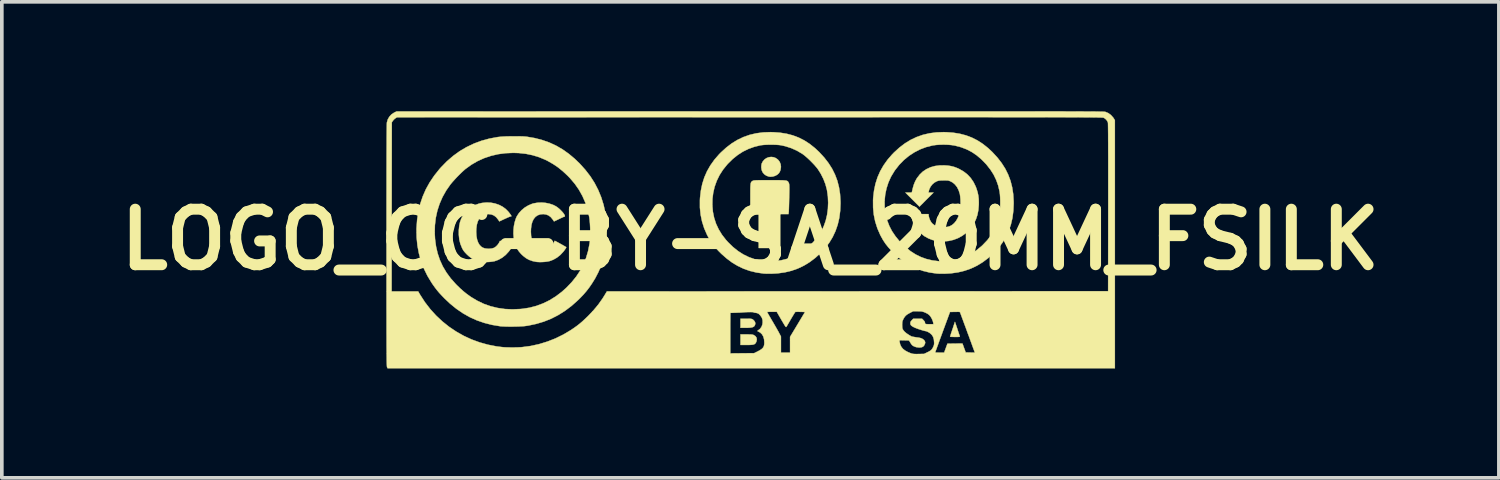
<source format=kicad_pcb>
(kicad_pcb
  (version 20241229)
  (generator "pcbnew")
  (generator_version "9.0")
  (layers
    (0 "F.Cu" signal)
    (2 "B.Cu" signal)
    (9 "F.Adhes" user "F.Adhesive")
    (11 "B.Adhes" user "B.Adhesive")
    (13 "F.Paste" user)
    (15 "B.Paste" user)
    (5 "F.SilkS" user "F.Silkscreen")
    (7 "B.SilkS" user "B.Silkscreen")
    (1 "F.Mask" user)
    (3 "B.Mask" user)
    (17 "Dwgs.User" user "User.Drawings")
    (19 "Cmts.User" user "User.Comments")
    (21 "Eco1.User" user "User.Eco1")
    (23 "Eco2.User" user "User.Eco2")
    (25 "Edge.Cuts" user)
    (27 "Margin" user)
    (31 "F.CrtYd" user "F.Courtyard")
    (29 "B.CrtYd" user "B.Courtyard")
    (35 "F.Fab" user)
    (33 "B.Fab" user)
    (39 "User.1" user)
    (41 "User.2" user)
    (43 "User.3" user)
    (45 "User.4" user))
  (footprint "LOGO_CC-BY-SA_20MM_FSILK"
    (layer "F.Cu")
    (at 17.533 3.523)
    (property "Reference" "LOGO_CC-BY-SA_20MM_FSILK" (at 0 0 0) (layer "F.SilkS") (effects (font (size 1.524 1.524) (thickness 0.3))))
    (attr through_hole)
    (fp_poly (pts (xy -0.107 2.6) (xy -0.044 2.601) (xy 0.003 2.602) (xy 0.038 2.604) (xy 0.064 2.608) (xy 0.084 2.614) (xy 0.097 2.62) (xy 0.141 2.649) (xy 0.168 2.688) (xy 0.178 2.735) (xy 0.17 2.787) (xy 0.157 2.818) (xy 0.143 2.842) (xy 0.126 2.859) (xy 0.104 2.872) (xy 0.073 2.881) (xy 0.031 2.886) (xy -0.026 2.889) (xy -0.099 2.89) (xy -0.107 2.89) (xy -0.27 2.89) (xy -0.27 2.6) (xy -0.107 2.6)) (stroke (width 0.01) (type solid)) (fill yes) (layer "F.SilkS"))
    (fp_poly (pts (xy -0.057 2.17) (xy -0.014 2.171) (xy 0.016 2.173) (xy 0.037 2.177) (xy 0.053 2.182) (xy 0.067 2.19) (xy 0.071 2.193) (xy 0.098 2.217) (xy 0.121 2.248) (xy 0.124 2.254) (xy 0.135 2.283) (xy 0.137 2.307) (xy 0.131 2.329) (xy 0.12 2.358) (xy 0.102 2.381) (xy 0.077 2.397) (xy 0.041 2.408) (xy -0.008 2.415) (xy -0.073 2.419) (xy -0.138 2.42) (xy -0.27 2.42) (xy -0.27 2.17) (xy -0.116 2.17) (xy -0.057 2.17)) (stroke (width 0.01) (type solid)) (fill yes) (layer "F.SilkS"))
    (fp_poly (pts (xy 5.677 2.445) (xy 5.696 2.504) (xy 5.714 2.558) (xy 5.729 2.602) (xy 5.74 2.634) (xy 5.745 2.651) (xy 5.746 2.652) (xy 5.747 2.66) (xy 5.742 2.664) (xy 5.728 2.667) (xy 5.703 2.669) (xy 5.663 2.67) (xy 5.616 2.67) (xy 5.566 2.669) (xy 5.525 2.668) (xy 5.495 2.666) (xy 5.481 2.663) (xy 5.48 2.663) (xy 5.483 2.651) (xy 5.492 2.624) (xy 5.504 2.583) (xy 5.521 2.532) (xy 5.54 2.474) (xy 5.547 2.455) (xy 5.613 2.255) (xy 5.677 2.445)) (stroke (width 0.01) (type solid)) (fill yes) (layer "F.SilkS"))
    (fp_poly (pts (xy 0.636 -2.261) (xy 0.698 -2.237) (xy 0.754 -2.197) (xy 0.759 -2.192) (xy 0.805 -2.133) (xy 0.831 -2.067) (xy 0.84 -1.995) (xy 0.829 -1.919) (xy 0.825 -1.904) (xy 0.81 -1.866) (xy 0.788 -1.829) (xy 0.78 -1.818) (xy 0.736 -1.779) (xy 0.679 -1.749) (xy 0.616 -1.73) (xy 0.552 -1.724) (xy 0.51 -1.729) (xy 0.439 -1.754) (xy 0.382 -1.794) (xy 0.338 -1.846) (xy 0.311 -1.909) (xy 0.301 -1.981) (xy 0.301 -1.99) (xy 0.303 -2.03) (xy 0.308 -2.066) (xy 0.313 -2.087) (xy 0.346 -2.15) (xy 0.391 -2.2) (xy 0.446 -2.237) (xy 0.507 -2.26) (xy 0.571 -2.268) (xy 0.636 -2.261)) (stroke (width 0.01) (type solid)) (fill yes) (layer "F.SilkS"))
    (fp_poly (pts (xy 0.646 -1.63) (xy 0.738 -1.63) (xy 0.814 -1.629) (xy 0.876 -1.628) (xy 0.924 -1.625) (xy 0.961 -1.622) (xy 0.989 -1.617) (xy 1.01 -1.61) (xy 1.025 -1.601) (xy 1.035 -1.59) (xy 1.044 -1.577) (xy 1.052 -1.56) (xy 1.055 -1.554) (xy 1.06 -1.543) (xy 1.063 -1.53) (xy 1.066 -1.513) (xy 1.068 -1.491) (xy 1.069 -1.461) (xy 1.07 -1.42) (xy 1.07 -1.367) (xy 1.069 -1.3) (xy 1.067 -1.216) (xy 1.066 -1.16) (xy 1.064 -1.075) (xy 1.062 -0.995) (xy 1.06 -0.921) (xy 1.058 -0.857) (xy 1.056 -0.806) (xy 1.055 -0.769) (xy 1.053 -0.752) (xy 1.047 -0.7) (xy 0.82 -0.7) (xy 0.82 0.23) (xy 0.23 0.23) (xy 0.23 -0.7) (xy 0 -0.7) (xy 0 -1.115) (xy 0.000032 -1.223) (xy 0.000288 -1.312) (xy 0.001 -1.385) (xy 0.002 -1.443) (xy 0.005 -1.489) (xy 0.008 -1.524) (xy 0.013 -1.55) (xy 0.02 -1.57) (xy 0.028 -1.584) (xy 0.039 -1.594) (xy 0.051 -1.603) (xy 0.063 -1.61) (xy 0.071 -1.615) (xy 0.081 -1.619) (xy 0.095 -1.622) (xy 0.113 -1.625) (xy 0.139 -1.626) (xy 0.174 -1.628) (xy 0.219 -1.629) (xy 0.277 -1.629) (xy 0.35 -1.63) (xy 0.439 -1.63) (xy 0.535 -1.63) (xy 0.646 -1.63)) (stroke (width 0.01) (type solid)) (fill yes) (layer "F.SilkS"))
    (fp_poly (pts (xy -7.121 -1.013) (xy -7.007 -0.992) (xy -6.898 -0.955) (xy -6.798 -0.904) (xy -6.709 -0.839) (xy -6.637 -0.765) (xy -6.61 -0.731) (xy -6.586 -0.699) (xy -6.57 -0.675) (xy -6.568 -0.672) (xy -6.551 -0.643) (xy -6.593 -0.631) (xy -6.618 -0.622) (xy -6.656 -0.606) (xy -6.702 -0.585) (xy -6.751 -0.563) (xy -6.759 -0.559) (xy -6.804 -0.538) (xy -6.842 -0.52) (xy -6.87 -0.507) (xy -6.884 -0.5) (xy -6.885 -0.5) (xy -6.891 -0.508) (xy -6.904 -0.528) (xy -6.919 -0.55) (xy -6.971 -0.614) (xy -7.031 -0.661) (xy -7.1 -0.689) (xy -7.178 -0.7) (xy -7.185 -0.7) (xy -7.266 -0.692) (xy -7.336 -0.666) (xy -7.394 -0.625) (xy -7.442 -0.567) (xy -7.479 -0.493) (xy -7.504 -0.403) (xy -7.517 -0.298) (xy -7.52 -0.218) (xy -7.514 -0.103) (xy -7.496 -0.004) (xy -7.467 0.079) (xy -7.427 0.147) (xy -7.376 0.198) (xy -7.338 0.221) (xy -7.285 0.24) (xy -7.221 0.249) (xy -7.153 0.25) (xy -7.088 0.243) (xy -7.032 0.226) (xy -7.023 0.221) (xy -6.979 0.191) (xy -6.936 0.148) (xy -6.9 0.098) (xy -6.889 0.078) (xy -6.876 0.052) (xy -6.867 0.035) (xy -6.865 0.032) (xy -6.856 0.036) (xy -6.833 0.048) (xy -6.8 0.066) (xy -6.759 0.088) (xy -6.714 0.113) (xy -6.669 0.138) (xy -6.627 0.162) (xy -6.591 0.182) (xy -6.565 0.198) (xy -6.551 0.206) (xy -6.551 0.207) (xy -6.552 0.218) (xy -6.565 0.243) (xy -6.591 0.28) (xy -6.626 0.327) (xy -6.711 0.419) (xy -6.805 0.494) (xy -6.908 0.552) (xy -7.01 0.59) (xy -7.066 0.601) (xy -7.134 0.61) (xy -7.208 0.615) (xy -7.281 0.616) (xy -7.345 0.613) (xy -7.372 0.61) (xy -7.476 0.588) (xy -7.567 0.556) (xy -7.649 0.511) (xy -7.727 0.451) (xy -7.776 0.406) (xy -7.819 0.361) (xy -7.851 0.324) (xy -7.876 0.289) (xy -7.898 0.25) (xy -7.908 0.23) (xy -7.954 0.117) (xy -7.984 -0.004) (xy -7.997 -0.133) (xy -7.997 -0.26) (xy -7.985 -0.379) (xy -7.963 -0.483) (xy -7.93 -0.576) (xy -7.883 -0.66) (xy -7.822 -0.738) (xy -7.791 -0.77) (xy -7.706 -0.848) (xy -7.623 -0.909) (xy -7.537 -0.954) (xy -7.444 -0.987) (xy -7.359 -1.006) (xy -7.24 -1.018) (xy -7.121 -1.013)) (stroke (width 0.01) (type solid)) (fill yes) (layer "F.SilkS"))
    (fp_poly (pts (xy -5.618 -1.008) (xy -5.51 -0.986) (xy -5.409 -0.952) (xy -5.332 -0.913) (xy -5.289 -0.883) (xy -5.246 -0.849) (xy -5.205 -0.81) (xy -5.167 -0.771) (xy -5.134 -0.733) (xy -5.109 -0.697) (xy -5.092 -0.667) (xy -5.087 -0.645) (xy -5.093 -0.632) (xy -5.103 -0.63) (xy -5.116 -0.626) (xy -5.143 -0.614) (xy -5.181 -0.597) (xy -5.227 -0.575) (xy -5.249 -0.565) (xy -5.295 -0.542) (xy -5.335 -0.523) (xy -5.365 -0.509) (xy -5.382 -0.501) (xy -5.384 -0.5) (xy -5.391 -0.508) (xy -5.404 -0.528) (xy -5.419 -0.55) (xy -5.471 -0.614) (xy -5.531 -0.661) (xy -5.6 -0.689) (xy -5.678 -0.7) (xy -5.685 -0.7) (xy -5.766 -0.692) (xy -5.836 -0.666) (xy -5.894 -0.625) (xy -5.942 -0.567) (xy -5.979 -0.493) (xy -6.004 -0.403) (xy -6.017 -0.298) (xy -6.02 -0.218) (xy -6.014 -0.103) (xy -5.996 -0.004) (xy -5.967 0.079) (xy -5.927 0.147) (xy -5.876 0.198) (xy -5.838 0.221) (xy -5.785 0.24) (xy -5.721 0.249) (xy -5.653 0.25) (xy -5.588 0.243) (xy -5.532 0.226) (xy -5.523 0.221) (xy -5.479 0.191) (xy -5.436 0.148) (xy -5.4 0.098) (xy -5.389 0.078) (xy -5.376 0.052) (xy -5.367 0.035) (xy -5.365 0.032) (xy -5.356 0.036) (xy -5.333 0.048) (xy -5.3 0.066) (xy -5.259 0.088) (xy -5.214 0.113) (xy -5.169 0.138) (xy -5.127 0.162) (xy -5.091 0.182) (xy -5.065 0.198) (xy -5.051 0.206) (xy -5.051 0.207) (xy -5.052 0.218) (xy -5.065 0.243) (xy -5.091 0.28) (xy -5.126 0.327) (xy -5.211 0.419) (xy -5.305 0.494) (xy -5.408 0.552) (xy -5.51 0.59) (xy -5.566 0.601) (xy -5.634 0.61) (xy -5.708 0.615) (xy -5.781 0.616) (xy -5.845 0.613) (xy -5.872 0.61) (xy -5.976 0.588) (xy -6.067 0.556) (xy -6.149 0.511) (xy -6.227 0.451) (xy -6.276 0.406) (xy -6.34 0.335) (xy -6.391 0.263) (xy -6.431 0.186) (xy -6.46 0.099) (xy -6.482 -0.001) (xy -6.491 -0.059) (xy -6.499 -0.162) (xy -6.496 -0.271) (xy -6.484 -0.38) (xy -6.462 -0.484) (xy -6.432 -0.578) (xy -6.405 -0.639) (xy -6.347 -0.728) (xy -6.273 -0.809) (xy -6.187 -0.88) (xy -6.09 -0.938) (xy -5.986 -0.982) (xy -5.944 -0.994) (xy -5.84 -1.012) (xy -5.73 -1.017) (xy -5.618 -1.008)) (stroke (width 0.01) (type solid)) (fill yes) (layer "F.SilkS"))
    (fp_poly (pts (xy 5.421 -2.03) (xy 5.509 -2.016) (xy 5.59 -1.995) (xy 5.672 -1.964) (xy 5.735 -1.935) (xy 5.854 -1.866) (xy 5.958 -1.784) (xy 6.047 -1.688) (xy 6.122 -1.578) (xy 6.183 -1.454) (xy 6.206 -1.392) (xy 6.235 -1.297) (xy 6.254 -1.208) (xy 6.265 -1.117) (xy 6.268 -1.018) (xy 6.267 -0.955) (xy 6.255 -0.81) (xy 6.229 -0.678) (xy 6.188 -0.555) (xy 6.132 -0.44) (xy 6.098 -0.384) (xy 6.015 -0.276) (xy 5.92 -0.183) (xy 5.812 -0.104) (xy 5.695 -0.04) (xy 5.57 0.007) (xy 5.438 0.037) (xy 5.301 0.05) (xy 5.161 0.044) (xy 5.125 0.039) (xy 5.001 0.011) (xy 4.884 -0.034) (xy 4.775 -0.095) (xy 4.677 -0.171) (xy 4.592 -0.261) (xy 4.525 -0.358) (xy 4.495 -0.416) (xy 4.466 -0.485) (xy 4.44 -0.558) (xy 4.422 -0.625) (xy 4.415 -0.657) (xy 4.408 -0.7) (xy 4.888 -0.7) (xy 4.894 -0.646) (xy 4.907 -0.591) (xy 4.931 -0.532) (xy 4.962 -0.478) (xy 4.991 -0.442) (xy 5.051 -0.396) (xy 5.125 -0.363) (xy 5.213 -0.345) (xy 5.316 -0.341) (xy 5.332 -0.342) (xy 5.411 -0.35) (xy 5.477 -0.37) (xy 5.535 -0.402) (xy 5.592 -0.45) (xy 5.595 -0.454) (xy 5.644 -0.513) (xy 5.687 -0.587) (xy 5.723 -0.669) (xy 5.747 -0.749) (xy 5.756 -0.802) (xy 5.762 -0.87) (xy 5.766 -0.947) (xy 5.766 -1.027) (xy 5.764 -1.106) (xy 5.758 -1.178) (xy 5.75 -1.237) (xy 5.747 -1.253) (xy 5.715 -1.353) (xy 5.671 -1.44) (xy 5.615 -1.512) (xy 5.548 -1.568) (xy 5.502 -1.593) (xy 5.474 -1.606) (xy 5.45 -1.615) (xy 5.426 -1.621) (xy 5.397 -1.624) (xy 5.358 -1.625) (xy 5.305 -1.625) (xy 5.248 -1.624) (xy 5.206 -1.622) (xy 5.174 -1.618) (xy 5.147 -1.612) (xy 5.119 -1.602) (xy 5.115 -1.601) (xy 5.047 -1.563) (xy 4.988 -1.511) (xy 4.94 -1.446) (xy 4.906 -1.373) (xy 4.895 -1.327) (xy 4.888 -1.29) (xy 5.025 -1.29) (xy 4.832 -1.098) (xy 4.64 -0.905) (xy 4.255 -1.29) (xy 4.342 -1.29) (xy 4.384 -1.29) (xy 4.411 -1.292) (xy 4.425 -1.296) (xy 4.432 -1.303) (xy 4.434 -1.312) (xy 4.459 -1.419) (xy 4.486 -1.51) (xy 4.518 -1.589) (xy 4.555 -1.659) (xy 4.572 -1.687) (xy 4.648 -1.786) (xy 4.735 -1.869) (xy 4.834 -1.935) (xy 4.944 -1.985) (xy 5.065 -2.019) (xy 5.197 -2.036) (xy 5.32 -2.037) (xy 5.421 -2.03)) (stroke (width 0.01) (type solid)) (fill yes) (layer "F.SilkS"))
    (fp_poly (pts (xy 5.37 -2.947) (xy 5.564 -2.933) (xy 5.746 -2.904) (xy 5.917 -2.859) (xy 6.078 -2.798) (xy 6.232 -2.72) (xy 6.38 -2.624) (xy 6.523 -2.51) (xy 6.641 -2.399) (xy 6.778 -2.25) (xy 6.895 -2.099) (xy 6.994 -1.943) (xy 7.074 -1.781) (xy 7.137 -1.613) (xy 7.182 -1.436) (xy 7.211 -1.25) (xy 7.223 -1.054) (xy 7.224 -0.995) (xy 7.215 -0.79) (xy 7.19 -0.595) (xy 7.147 -0.411) (xy 7.086 -0.235) (xy 7.008 -0.069) (xy 6.913 0.088) (xy 6.799 0.237) (xy 6.679 0.367) (xy 6.531 0.502) (xy 6.378 0.617) (xy 6.219 0.714) (xy 6.053 0.793) (xy 5.879 0.854) (xy 5.697 0.898) (xy 5.504 0.925) (xy 5.345 0.934) (xy 5.283 0.935) (xy 5.219 0.935) (xy 5.159 0.933) (xy 5.112 0.93) (xy 5.105 0.929) (xy 4.917 0.902) (xy 4.739 0.859) (xy 4.57 0.8) (xy 4.409 0.724) (xy 4.253 0.631) (xy 4.103 0.519) (xy 3.955 0.389) (xy 3.875 0.309) (xy 3.783 0.208) (xy 3.705 0.109) (xy 3.637 0.005) (xy 3.574 -0.109) (xy 3.561 -0.135) (xy 3.484 -0.312) (xy 3.426 -0.495) (xy 3.387 -0.683) (xy 3.368 -0.878) (xy 3.367 -1.064) (xy 3.683 -1.064) (xy 3.685 -0.892) (xy 3.707 -0.721) (xy 3.747 -0.551) (xy 3.755 -0.525) (xy 3.812 -0.376) (xy 3.886 -0.233) (xy 3.979 -0.095) (xy 4.089 0.04) (xy 4.135 0.089) (xy 4.266 0.214) (xy 4.399 0.32) (xy 4.537 0.408) (xy 4.68 0.478) (xy 4.83 0.532) (xy 4.99 0.57) (xy 5.162 0.592) (xy 5.255 0.598) (xy 5.277 0.598) (xy 5.313 0.596) (xy 5.359 0.593) (xy 5.405 0.589) (xy 5.582 0.565) (xy 5.75 0.523) (xy 5.91 0.464) (xy 6.061 0.387) (xy 6.206 0.291) (xy 6.345 0.176) (xy 6.377 0.146) (xy 6.501 0.016) (xy 6.606 -0.122) (xy 6.693 -0.269) (xy 6.762 -0.425) (xy 6.815 -0.591) (xy 6.832 -0.66) (xy 6.842 -0.722) (xy 6.849 -0.799) (xy 6.854 -0.886) (xy 6.856 -0.979) (xy 6.856 -1.073) (xy 6.853 -1.163) (xy 6.847 -1.245) (xy 6.838 -1.313) (xy 6.836 -1.325) (xy 6.798 -1.487) (xy 6.744 -1.638) (xy 6.675 -1.781) (xy 6.587 -1.919) (xy 6.482 -2.053) (xy 6.463 -2.075) (xy 6.338 -2.203) (xy 6.21 -2.312) (xy 6.075 -2.403) (xy 5.932 -2.477) (xy 5.78 -2.535) (xy 5.617 -2.578) (xy 5.597 -2.582) (xy 5.511 -2.595) (xy 5.413 -2.603) (xy 5.307 -2.606) (xy 5.2 -2.604) (xy 5.099 -2.597) (xy 5.01 -2.585) (xy 4.995 -2.582) (xy 4.821 -2.538) (xy 4.655 -2.475) (xy 4.498 -2.394) (xy 4.35 -2.297) (xy 4.212 -2.183) (xy 4.086 -2.054) (xy 3.972 -1.909) (xy 3.949 -1.875) (xy 3.859 -1.726) (xy 3.788 -1.568) (xy 3.735 -1.404) (xy 3.7 -1.236) (xy 3.683 -1.064) (xy 3.367 -1.064) (xy 3.367 -1.079) (xy 3.37 -1.144) (xy 3.393 -1.341) (xy 3.432 -1.529) (xy 3.488 -1.706) (xy 3.562 -1.875) (xy 3.654 -2.036) (xy 3.764 -2.191) (xy 3.893 -2.34) (xy 3.942 -2.39) (xy 4.089 -2.524) (xy 4.241 -2.64) (xy 4.398 -2.736) (xy 4.562 -2.814) (xy 4.733 -2.874) (xy 4.912 -2.916) (xy 5.101 -2.941) (xy 5.299 -2.948) (xy 5.37 -2.947)) (stroke (width 0.01) (type solid)) (fill yes) (layer "F.SilkS"))
    (fp_poly (pts (xy 0.62 -2.947) (xy 0.814 -2.933) (xy 0.996 -2.904) (xy 1.167 -2.859) (xy 1.328 -2.798) (xy 1.482 -2.72) (xy 1.63 -2.624) (xy 1.773 -2.51) (xy 1.891 -2.399) (xy 2.028 -2.25) (xy 2.145 -2.099) (xy 2.244 -1.943) (xy 2.324 -1.781) (xy 2.387 -1.613) (xy 2.432 -1.436) (xy 2.461 -1.25) (xy 2.473 -1.054) (xy 2.474 -0.995) (xy 2.465 -0.79) (xy 2.44 -0.595) (xy 2.397 -0.411) (xy 2.336 -0.235) (xy 2.258 -0.069) (xy 2.163 0.088) (xy 2.049 0.237) (xy 1.929 0.367) (xy 1.781 0.502) (xy 1.628 0.617) (xy 1.469 0.714) (xy 1.303 0.793) (xy 1.129 0.854) (xy 0.947 0.898) (xy 0.754 0.925) (xy 0.595 0.934) (xy 0.533 0.935) (xy 0.469 0.935) (xy 0.409 0.933) (xy 0.362 0.93) (xy 0.355 0.929) (xy 0.167 0.902) (xy -0.011 0.859) (xy -0.18 0.8) (xy -0.341 0.724) (xy -0.497 0.631) (xy -0.647 0.519) (xy -0.795 0.389) (xy -0.875 0.309) (xy -0.967 0.208) (xy -1.045 0.109) (xy -1.113 0.005) (xy -1.176 -0.109) (xy -1.189 -0.135) (xy -1.266 -0.312) (xy -1.324 -0.495) (xy -1.363 -0.683) (xy -1.383 -0.878) (xy -1.383 -0.937) (xy -1.042 -0.937) (xy -1.027 -0.763) (xy -0.993 -0.597) (xy -0.941 -0.437) (xy -0.869 -0.283) (xy -0.779 -0.135) (xy -0.669 0.007) (xy -0.614 0.068) (xy -0.479 0.2) (xy -0.338 0.313) (xy -0.191 0.407) (xy -0.037 0.482) (xy 0.123 0.538) (xy 0.288 0.575) (xy 0.397 0.589) (xy 0.454 0.594) (xy 0.497 0.597) (xy 0.533 0.598) (xy 0.567 0.597) (xy 0.606 0.595) (xy 0.656 0.591) (xy 0.672 0.59) (xy 0.847 0.567) (xy 1.012 0.527) (xy 1.168 0.47) (xy 1.319 0.395) (xy 1.422 0.331) (xy 1.549 0.236) (xy 1.67 0.127) (xy 1.78 0.008) (xy 1.877 -0.118) (xy 1.948 -0.23) (xy 2.014 -0.368) (xy 2.067 -0.517) (xy 2.105 -0.676) (xy 2.128 -0.841) (xy 2.135 -1.01) (xy 2.128 -1.18) (xy 2.104 -1.35) (xy 2.1 -1.372) (xy 2.061 -1.518) (xy 2.005 -1.664) (xy 1.934 -1.805) (xy 1.853 -1.933) (xy 1.812 -1.985) (xy 1.76 -2.046) (xy 1.699 -2.11) (xy 1.635 -2.175) (xy 1.57 -2.236) (xy 1.508 -2.29) (xy 1.452 -2.334) (xy 1.432 -2.349) (xy 1.283 -2.438) (xy 1.125 -2.509) (xy 0.957 -2.563) (xy 0.845 -2.588) (xy 0.786 -2.596) (xy 0.713 -2.601) (xy 0.631 -2.604) (xy 0.544 -2.605) (xy 0.459 -2.603) (xy 0.379 -2.599) (xy 0.311 -2.592) (xy 0.275 -2.587) (xy 0.105 -2.545) (xy -0.054 -2.487) (xy -0.205 -2.413) (xy -0.347 -2.321) (xy -0.483 -2.212) (xy -0.613 -2.084) (xy -0.638 -2.056) (xy -0.75 -1.917) (xy -0.845 -1.769) (xy -0.921 -1.613) (xy -0.98 -1.449) (xy -1.019 -1.279) (xy -1.039 -1.117) (xy -1.042 -0.937) (xy -1.383 -0.937) (xy -1.383 -1.079) (xy -1.38 -1.144) (xy -1.357 -1.341) (xy -1.318 -1.529) (xy -1.262 -1.706) (xy -1.188 -1.875) (xy -1.096 -2.036) (xy -0.986 -2.191) (xy -0.857 -2.34) (xy -0.808 -2.39) (xy -0.661 -2.524) (xy -0.509 -2.64) (xy -0.352 -2.736) (xy -0.188 -2.814) (xy -0.017 -2.874) (xy 0.162 -2.916) (xy 0.351 -2.941) (xy 0.549 -2.948) (xy 0.62 -2.947)) (stroke (width 0.01) (type solid)) (fill yes) (layer "F.SilkS"))
    (fp_poly (pts (xy -6.412 -2.834) (xy -6.324 -2.833) (xy -6.244 -2.831) (xy -6.177 -2.827) (xy -6.13 -2.822) (xy -5.914 -2.785) (xy -5.71 -2.732) (xy -5.516 -2.664) (xy -5.331 -2.579) (xy -5.154 -2.477) (xy -4.983 -2.356) (xy -4.818 -2.218) (xy -4.679 -2.084) (xy -4.526 -1.914) (xy -4.39 -1.738) (xy -4.273 -1.555) (xy -4.174 -1.364) (xy -4.092 -1.165) (xy -4.026 -0.955) (xy -3.977 -0.735) (xy -3.949 -0.555) (xy -3.944 -0.503) (xy -3.94 -0.435) (xy -3.938 -0.356) (xy -3.937 -0.27) (xy -3.937 -0.183) (xy -3.938 -0.097) (xy -3.94 -0.018) (xy -3.944 0.05) (xy -3.948 0.102) (xy -3.949 0.105) (xy -3.983 0.319) (xy -4.03 0.519) (xy -4.091 0.708) (xy -4.166 0.888) (xy -4.257 1.063) (xy -4.35 1.213) (xy -4.423 1.318) (xy -4.497 1.414) (xy -4.577 1.507) (xy -4.667 1.601) (xy -4.73 1.663) (xy -4.903 1.817) (xy -5.082 1.952) (xy -5.268 2.069) (xy -5.461 2.168) (xy -5.663 2.249) (xy -5.874 2.312) (xy -6.096 2.359) (xy -6.142 2.366) (xy -6.199 2.373) (xy -6.271 2.378) (xy -6.354 2.382) (xy -6.445 2.385) (xy -6.538 2.386) (xy -6.63 2.386) (xy -6.716 2.384) (xy -6.792 2.381) (xy -6.853 2.377) (xy -6.866 2.375) (xy -7.088 2.338) (xy -7.3 2.284) (xy -7.503 2.214) (xy -7.698 2.126) (xy -7.885 2.02) (xy -8.066 1.896) (xy -8.241 1.753) (xy -8.386 1.616) (xy -8.465 1.534) (xy -8.534 1.46) (xy -8.595 1.387) (xy -8.653 1.312) (xy -8.712 1.229) (xy -8.745 1.18) (xy -8.858 0.993) (xy -8.954 0.797) (xy -9.032 0.593) (xy -9.091 0.381) (xy -9.132 0.164) (xy -9.154 -0.059) (xy -9.156 -0.184) (xy -8.658 -0.184) (xy -8.649 -0.017) (xy -8.622 0.185) (xy -8.578 0.377) (xy -8.516 0.56) (xy -8.436 0.735) (xy -8.337 0.902) (xy -8.22 1.062) (xy -8.084 1.215) (xy -8.048 1.252) (xy -7.955 1.342) (xy -7.868 1.419) (xy -7.782 1.488) (xy -7.693 1.552) (xy -7.659 1.576) (xy -7.488 1.678) (xy -7.31 1.763) (xy -7.124 1.828) (xy -6.931 1.875) (xy -6.731 1.904) (xy -6.525 1.913) (xy -6.313 1.904) (xy -6.26 1.899) (xy -6.062 1.869) (xy -5.871 1.819) (xy -5.686 1.75) (xy -5.507 1.663) (xy -5.336 1.557) (xy -5.171 1.432) (xy -5.048 1.322) (xy -4.903 1.171) (xy -4.776 1.014) (xy -4.668 0.851) (xy -4.578 0.68) (xy -4.506 0.501) (xy -4.45 0.312) (xy -4.411 0.112) (xy -4.399 0.021) (xy -4.394 -0.052) (xy -4.391 -0.14) (xy -4.391 -0.236) (xy -4.394 -0.336) (xy -4.399 -0.434) (xy -4.407 -0.525) (xy -4.417 -0.603) (xy -4.42 -0.62) (xy -4.465 -0.823) (xy -4.526 -1.014) (xy -4.605 -1.195) (xy -4.701 -1.367) (xy -4.815 -1.531) (xy -4.947 -1.686) (xy -5.014 -1.755) (xy -5.145 -1.877) (xy -5.276 -1.983) (xy -5.411 -2.074) (xy -5.553 -2.155) (xy -5.618 -2.188) (xy -5.793 -2.261) (xy -5.972 -2.316) (xy -6.157 -2.354) (xy -6.351 -2.375) (xy -6.503 -2.38) (xy -6.715 -2.371) (xy -6.919 -2.344) (xy -7.115 -2.298) (xy -7.303 -2.235) (xy -7.482 -2.154) (xy -7.652 -2.055) (xy -7.814 -1.938) (xy -7.82 -1.933) (xy -7.868 -1.891) (xy -7.925 -1.838) (xy -7.987 -1.777) (xy -8.051 -1.712) (xy -8.112 -1.646) (xy -8.168 -1.584) (xy -8.214 -1.529) (xy -8.228 -1.512) (xy -8.345 -1.344) (xy -8.444 -1.168) (xy -8.524 -0.984) (xy -8.586 -0.794) (xy -8.629 -0.597) (xy -8.653 -0.393) (xy -8.658 -0.184) (xy -9.156 -0.184) (xy -9.158 -0.286) (xy -9.157 -0.315) (xy -9.14 -0.547) (xy -9.106 -0.769) (xy -9.055 -0.982) (xy -8.986 -1.186) (xy -8.9 -1.382) (xy -8.795 -1.571) (xy -8.671 -1.755) (xy -8.529 -1.933) (xy -8.486 -1.982) (xy -8.325 -2.147) (xy -8.154 -2.295) (xy -7.973 -2.426) (xy -7.782 -2.539) (xy -7.583 -2.634) (xy -7.374 -2.712) (xy -7.157 -2.771) (xy -6.931 -2.813) (xy -6.905 -2.816) (xy -6.847 -2.822) (xy -6.774 -2.827) (xy -6.69 -2.831) (xy -6.599 -2.833) (xy -6.505 -2.834) (xy -6.412 -2.834)) (stroke (width 0.01) (type solid)) (fill yes) (layer "F.SilkS"))
    (fp_poly (pts (xy 5.48 -3.518) (xy 5.785 -3.518) (xy 6.076 -3.518) (xy 6.352 -3.518) (xy 6.614 -3.518) (xy 6.862 -3.518) (xy 7.097 -3.518) (xy 7.319 -3.518) (xy 7.528 -3.518) (xy 7.725 -3.518) (xy 7.91 -3.517) (xy 8.083 -3.517) (xy 8.246 -3.517) (xy 8.397 -3.517) (xy 8.538 -3.517) (xy 8.669 -3.516) (xy 8.79 -3.516) (xy 8.902 -3.516) (xy 9.005 -3.515) (xy 9.099 -3.515) (xy 9.185 -3.514) (xy 9.263 -3.514) (xy 9.334 -3.514) (xy 9.397 -3.513) (xy 9.454 -3.513) (xy 9.504 -3.512) (xy 9.548 -3.511) (xy 9.587 -3.511) (xy 9.62 -3.51) (xy 9.649 -3.51) (xy 9.672 -3.509) (xy 9.692 -3.508) (xy 9.708 -3.507) (xy 9.72 -3.507) (xy 9.729 -3.506) (xy 9.736 -3.505) (xy 9.74 -3.504) (xy 9.819 -3.471) (xy 9.89 -3.419) (xy 9.952 -3.351) (xy 9.979 -3.31) (xy 10 -3.275) (xy 10 0.128) (xy 10 3.53) (xy -9.949 3.53) (xy -9.965 3.5) (xy -9.966 3.496) (xy -9.967 3.489) (xy -9.969 3.477) (xy -9.97 3.461) (xy -9.971 3.44) (xy -9.972 3.414) (xy -9.973 3.381) (xy -9.974 3.34) (xy -9.975 3.293) (xy -9.975 3.237) (xy -9.976 3.172) (xy -9.976 3.098) (xy -9.977 3.013) (xy -9.978 2.918) (xy -9.978 2.811) (xy -9.978 2.693) (xy -9.979 2.562) (xy -9.979 2.417) (xy -9.979 2.259) (xy -9.979 2.086) (xy -9.98 1.898) (xy -9.98 1.695) (xy -9.98 1.475) (xy -9.98 1.42) (xy -9.84 1.42) (xy -9.113 1.42) (xy -9.055 1.518) (xy -8.925 1.719) (xy -8.779 1.908) (xy -8.62 2.083) (xy -8.447 2.245) (xy -8.263 2.392) (xy -8.068 2.523) (xy -7.863 2.639) (xy -7.649 2.738) (xy -7.427 2.819) (xy -7.198 2.883) (xy -6.963 2.929) (xy -6.803 2.949) (xy -6.737 2.954) (xy -6.656 2.957) (xy -6.568 2.958) (xy -6.477 2.958) (xy -6.389 2.956) (xy -6.311 2.953) (xy -6.26 2.949) (xy -6.026 2.918) (xy -5.794 2.867) (xy -5.566 2.797) (xy -5.344 2.71) (xy -5.131 2.605) (xy -5.064 2.566) (xy -0.55 2.566) (xy -0.55 3.121) (xy -0.223 3.118) (xy 0.105 3.115) (xy 0.194 3.071) (xy 0.26 3.036) (xy 0.309 3.003) (xy 0.344 2.97) (xy 0.367 2.934) (xy 0.379 2.891) (xy 0.384 2.839) (xy 0.384 2.82) (xy 0.377 2.733) (xy 0.356 2.659) (xy 0.321 2.598) (xy 0.273 2.551) (xy 0.23 2.527) (xy 0.204 2.515) (xy 0.195 2.507) (xy 0.198 2.5) (xy 0.204 2.496) (xy 0.263 2.452) (xy 0.305 2.397) (xy 0.33 2.331) (xy 0.338 2.277) (xy 0.336 2.206) (xy 0.317 2.144) (xy 0.28 2.088) (xy 0.272 2.078) (xy 0.251 2.056) (xy 0.233 2.039) (xy 0.214 2.027) (xy 0.188 2.017) (xy 0.154 2.008) (xy 0.105 1.997) (xy 0.08 1.991) (xy 0.052 1.988) (xy 0.004 1.987) (xy -0.063 1.988) (xy -0.15 1.991) (xy -0.255 1.995) (xy -0.329 1.998) (xy -0.396 2.002) (xy -0.454 2.004) (xy -0.5 2.007) (xy -0.532 2.008) (xy -0.547 2.009) (xy -0.547 2.009) (xy -0.548 2.019) (xy -0.548 2.047) (xy -0.549 2.092) (xy -0.549 2.151) (xy -0.549 2.222) (xy -0.55 2.305) (xy -0.55 2.397) (xy -0.55 2.497) (xy -0.55 2.566) (xy -5.064 2.566) (xy -4.927 2.484) (xy -4.925 2.483) (xy -4.835 2.422) (xy -4.754 2.364) (xy -4.679 2.305) (xy -4.604 2.241) (xy -4.526 2.168) (xy -4.452 2.097) (xy -4.346 1.986) (xy 0.46 1.986) (xy 0.465 1.996) (xy 0.479 2.02) (xy 0.5 2.058) (xy 0.528 2.106) (xy 0.56 2.161) (xy 0.596 2.223) (xy 0.596 2.223) (xy 0.636 2.291) (xy 0.676 2.36) (xy 0.713 2.425) (xy 0.746 2.483) (xy 0.773 2.53) (xy 0.786 2.556) (xy 0.84 2.657) (xy 0.84 3.1) (xy 1.09 3.1) (xy 1.09 2.759) (xy 4.088 2.759) (xy 4.095 2.807) (xy 4.112 2.88) (xy 4.143 2.943) (xy 4.187 2.997) (xy 4.247 3.044) (xy 4.325 3.086) (xy 4.4 3.117) (xy 4.427 3.126) (xy 4.452 3.132) (xy 4.479 3.136) (xy 4.513 3.138) (xy 4.559 3.139) (xy 4.615 3.138) (xy 4.765 3.135) (xy 4.843 3.098) (xy 4.859 3.09) (xy 5.073 3.09) (xy 5.079 3.095) (xy 5.093 3.098) (xy 5.119 3.099) (xy 5.161 3.1) (xy 5.193 3.1) (xy 5.317 3.1) (xy 5.407 2.855) (xy 5.612 2.852) (xy 5.818 2.85) (xy 5.834 2.892) (xy 5.845 2.923) (xy 5.86 2.964) (xy 5.876 3.007) (xy 5.879 3.015) (xy 5.908 3.095) (xy 6.16 3.101) (xy 6.126 3.008) (xy 6.114 2.976) (xy 6.097 2.93) (xy 6.076 2.871) (xy 6.051 2.803) (xy 6.023 2.728) (xy 5.994 2.646) (xy 5.962 2.562) (xy 5.931 2.476) (xy 5.9 2.391) (xy 5.869 2.309) (xy 5.841 2.232) (xy 5.815 2.162) (xy 5.793 2.102) (xy 5.775 2.053) (xy 5.762 2.019) (xy 5.755 2) (xy 5.755 1.997) (xy 5.75 1.99) (xy 5.741 1.985) (xy 5.724 1.982) (xy 5.695 1.981) (xy 5.652 1.982) (xy 5.612 1.982) (xy 5.477 1.985) (xy 5.278 2.525) (xy 5.242 2.624) (xy 5.207 2.718) (xy 5.175 2.805) (xy 5.147 2.884) (xy 5.122 2.951) (xy 5.102 3.007) (xy 5.087 3.048) (xy 5.077 3.074) (xy 5.074 3.083) (xy 5.073 3.09) (xy 4.859 3.09) (xy 4.896 3.072) (xy 4.933 3.05) (xy 4.961 3.029) (xy 4.982 3.005) (xy 5.001 2.975) (xy 5.01 2.959) (xy 5.027 2.923) (xy 5.037 2.893) (xy 5.042 2.861) (xy 5.042 2.821) (xy 5.035 2.738) (xy 5.014 2.668) (xy 4.977 2.61) (xy 4.924 2.563) (xy 4.897 2.546) (xy 4.863 2.528) (xy 4.833 2.515) (xy 4.815 2.51) (xy 4.814 2.51) (xy 4.793 2.507) (xy 4.757 2.498) (xy 4.712 2.485) (xy 4.661 2.469) (xy 4.609 2.452) (xy 4.56 2.434) (xy 4.52 2.418) (xy 4.495 2.407) (xy 4.448 2.382) (xy 4.418 2.361) (xy 4.4 2.34) (xy 4.391 2.315) (xy 4.39 2.294) (xy 4.392 2.267) (xy 4.402 2.244) (xy 4.423 2.219) (xy 4.43 2.211) (xy 4.47 2.17) (xy 4.71 2.17) (xy 4.75 2.21) (xy 4.772 2.235) (xy 4.787 2.258) (xy 4.79 2.269) (xy 4.791 2.29) (xy 4.796 2.305) (xy 4.81 2.314) (xy 4.833 2.318) (xy 4.872 2.32) (xy 4.912 2.32) (xy 5.023 2.32) (xy 5.017 2.278) (xy 5.01 2.249) (xy 4.996 2.21) (xy 4.978 2.169) (xy 4.975 2.163) (xy 4.943 2.109) (xy 4.905 2.065) (xy 4.856 2.03) (xy 4.793 1.999) (xy 4.777 1.993) (xy 4.743 1.981) (xy 4.714 1.973) (xy 4.684 1.968) (xy 4.646 1.966) (xy 4.595 1.965) (xy 4.585 1.965) (xy 4.465 1.965) (xy 4.374 2.012) (xy 4.315 2.045) (xy 4.271 2.078) (xy 4.236 2.116) (xy 4.206 2.164) (xy 4.193 2.19) (xy 4.18 2.219) (xy 4.171 2.246) (xy 4.167 2.277) (xy 4.165 2.318) (xy 4.165 2.34) (xy 4.166 2.385) (xy 4.168 2.417) (xy 4.173 2.44) (xy 4.182 2.461) (xy 4.198 2.486) (xy 4.198 2.487) (xy 4.232 2.527) (xy 4.284 2.571) (xy 4.354 2.617) (xy 4.416 2.653) (xy 4.433 2.659) (xy 4.465 2.666) (xy 4.508 2.673) (xy 4.555 2.681) (xy 4.603 2.687) (xy 4.62 2.689) (xy 4.676 2.702) (xy 4.725 2.724) (xy 4.763 2.753) (xy 4.788 2.787) (xy 4.797 2.824) (xy 4.794 2.845) (xy 4.774 2.895) (xy 4.746 2.93) (xy 4.707 2.951) (xy 4.655 2.959) (xy 4.613 2.958) (xy 4.547 2.949) (xy 4.49 2.928) (xy 4.458 2.91) (xy 4.435 2.891) (xy 4.414 2.864) (xy 4.394 2.833) (xy 4.353 2.765) (xy 4.22 2.762) (xy 4.088 2.759) (xy 1.09 2.759) (xy 1.09 2.668) (xy 1.295 2.327) (xy 1.5 1.985) (xy 1.373 1.982) (xy 1.324 1.981) (xy 1.282 1.981) (xy 1.251 1.982) (xy 1.236 1.983) (xy 1.235 1.984) (xy 1.227 1.993) (xy 1.211 2.018) (xy 1.188 2.054) (xy 1.16 2.101) (xy 1.128 2.155) (xy 1.112 2.181) (xy 1.079 2.239) (xy 1.049 2.291) (xy 1.023 2.335) (xy 1.003 2.369) (xy 0.99 2.389) (xy 0.988 2.393) (xy 0.983 2.397) (xy 0.976 2.396) (xy 0.967 2.387) (xy 0.954 2.37) (xy 0.936 2.341) (xy 0.911 2.3) (xy 0.879 2.245) (xy 0.85 2.196) (xy 0.725 1.98) (xy 0.593 1.98) (xy 0.544 1.98) (xy 0.503 1.982) (xy 0.474 1.983) (xy 0.461 1.985) (xy 0.46 1.986) (xy -4.346 1.986) (xy -4.302 1.939) (xy -4.17 1.78) (xy -4.053 1.614) (xy -3.993 1.518) (xy -3.935 1.421) (xy 9.815 1.415) (xy 9.818 -0.879) (xy 9.818 -1.164) (xy 9.818 -1.429) (xy 9.818 -1.675) (xy 9.818 -1.902) (xy 9.818 -2.11) (xy 9.818 -2.299) (xy 9.817 -2.469) (xy 9.817 -2.621) (xy 9.816 -2.755) (xy 9.816 -2.872) (xy 9.815 -2.97) (xy 9.814 -3.052) (xy 9.813 -3.117) (xy 9.812 -3.165) (xy 9.811 -3.196) (xy 9.81 -3.211) (xy 9.809 -3.212) (xy 9.789 -3.256) (xy 9.755 -3.298) (xy 9.714 -3.331) (xy 9.687 -3.345) (xy 9.683 -3.345) (xy 9.677 -3.346) (xy 9.669 -3.347) (xy 9.656 -3.348) (xy 9.641 -3.349) (xy 9.621 -3.349) (xy 9.597 -3.35) (xy 9.568 -3.351) (xy 9.534 -3.351) (xy 9.495 -3.352) (xy 9.45 -3.352) (xy 9.399 -3.353) (xy 9.341 -3.353) (xy 9.276 -3.354) (xy 9.204 -3.354) (xy 9.124 -3.355) (xy 9.037 -3.355) (xy 8.941 -3.356) (xy 8.836 -3.356) (xy 8.722 -3.356) (xy 8.599 -3.357) (xy 8.465 -3.357) (xy 8.322 -3.357) (xy 8.168 -3.357) (xy 8.003 -3.358) (xy 7.827 -3.358) (xy 7.639 -3.358) (xy 7.439 -3.358) (xy 7.226 -3.358) (xy 7.001 -3.358) (xy 6.763 -3.358) (xy 6.511 -3.359) (xy 6.245 -3.359) (xy 5.965 -3.359) (xy 5.67 -3.359) (xy 5.361 -3.359) (xy 5.036 -3.359) (xy 4.695 -3.359) (xy 4.338 -3.359) (xy 3.965 -3.359) (xy 3.575 -3.359) (xy 3.168 -3.358) (xy 2.743 -3.358) (xy 2.301 -3.358) (xy 1.84 -3.358) (xy 1.36 -3.358) (xy 0.862 -3.358) (xy 0.344 -3.358) (xy -0.026 -3.358) (xy -9.696 -3.355) (xy -9.738 -3.327) (xy -9.77 -3.301) (xy -9.8 -3.268) (xy -9.807 -3.258) (xy -9.835 -3.216) (xy -9.838 -0.898) (xy -9.84 1.42) (xy -9.98 1.42) (xy -9.98 1.238) (xy -9.98 0.983) (xy -9.98 0.711) (xy -9.98 0.419) (xy -9.98 0.157) (xy -9.98 -0.191) (xy -9.98 -0.52) (xy -9.98 -0.831) (xy -9.98 -1.123) (xy -9.979 -1.396) (xy -9.979 -1.651) (xy -9.979 -1.887) (xy -9.978 -2.103) (xy -9.978 -2.301) (xy -9.977 -2.48) (xy -9.976 -2.639) (xy -9.976 -2.779) (xy -9.975 -2.9) (xy -9.974 -3.001) (xy -9.973 -3.082) (xy -9.972 -3.144) (xy -9.971 -3.186) (xy -9.97 -3.208) (xy -9.97 -3.211) (xy -9.945 -3.297) (xy -9.903 -3.371) (xy -9.846 -3.433) (xy -9.775 -3.481) (xy -9.76 -3.489) (xy -9.705 -3.515) (xy -0.01 -3.518) (xy 0.522 -3.518) (xy 1.034 -3.518) (xy 1.527 -3.518) (xy 2.002 -3.518) (xy 2.457 -3.518) (xy 2.895 -3.518) (xy 3.315 -3.518) (xy 3.717 -3.518) (xy 4.102 -3.518) (xy 4.471 -3.518) (xy 4.823 -3.518) (xy 5.159 -3.518) (xy 5.48 -3.518)) (stroke (width 0.01) (type solid)) (fill yes) (layer "F.SilkS")))
  (gr_rect
    (start -3 -3)
    (end 38.067 10.058)
    (stroke (width 0.1) (type default))
    (fill no)
    (layer "Edge.Cuts")))
</source>
